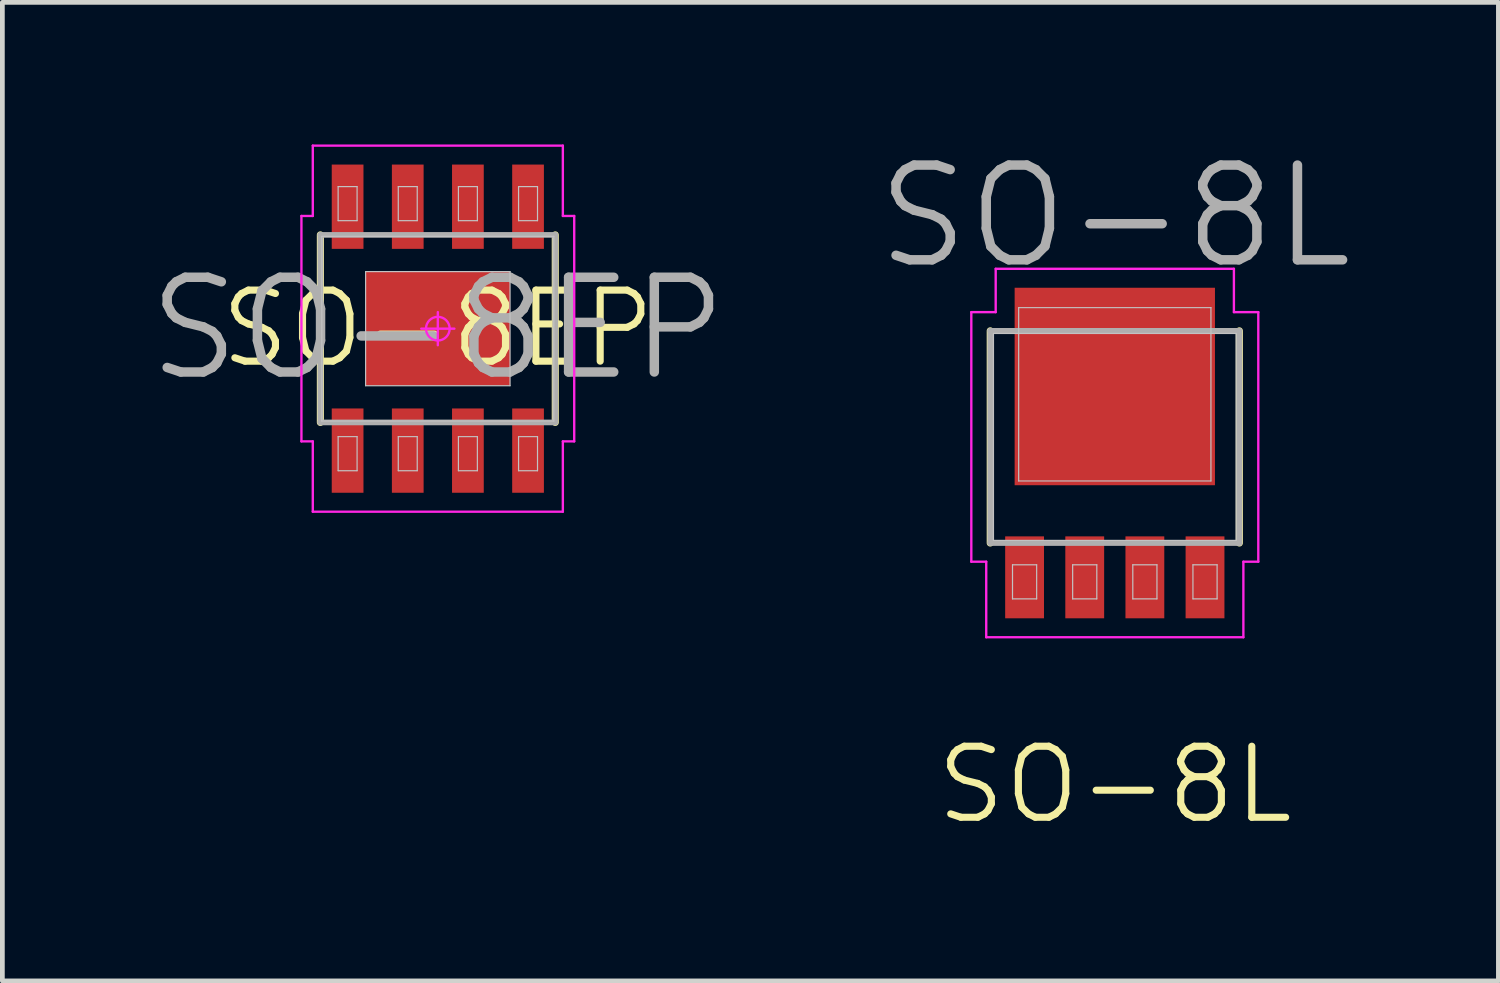
<source format=kicad_pcb>
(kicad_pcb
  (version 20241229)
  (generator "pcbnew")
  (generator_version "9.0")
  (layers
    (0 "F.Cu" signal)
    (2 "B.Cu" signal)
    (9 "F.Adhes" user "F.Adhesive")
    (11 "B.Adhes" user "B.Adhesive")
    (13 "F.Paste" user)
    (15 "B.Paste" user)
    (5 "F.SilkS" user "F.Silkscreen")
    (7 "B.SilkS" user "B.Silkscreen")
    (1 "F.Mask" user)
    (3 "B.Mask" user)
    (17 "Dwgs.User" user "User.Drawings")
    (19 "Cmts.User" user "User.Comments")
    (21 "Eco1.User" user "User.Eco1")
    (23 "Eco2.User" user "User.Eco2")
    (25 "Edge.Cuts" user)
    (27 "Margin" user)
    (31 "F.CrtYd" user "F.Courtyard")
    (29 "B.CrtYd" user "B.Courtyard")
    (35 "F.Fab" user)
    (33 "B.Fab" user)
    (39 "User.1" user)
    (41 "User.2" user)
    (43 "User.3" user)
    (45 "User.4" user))
  (footprint "SO-8L"
    (layer "F.Cu")
    (at 20.49 6.521)
    (property "Reference" "SO-8L" (at 0 7 0) (layer "F.SilkS") (effects (font (size 1.5 1.5) (thickness 0.15))))
    (attr smd)
    (fp_line (start -2.63 1.895) (end -2.63 -2.585) (stroke (width 0.15) (type solid)) (layer "F.SilkS"))
    (fp_line (start 2.63 -2.585) (end 2.63 1.895) (stroke (width 0.15) (type solid)) (layer "F.SilkS"))
    (fp_line (start -2.562 -2.53) (end 2.562 -2.53) (stroke (width 0.025) (type solid)) (layer "Dwgs.User"))
    (fp_line (start -2.562 1.84) (end -2.562 -2.53) (stroke (width 0.025) (type solid)) (layer "Dwgs.User"))
    (fp_line (start -2.16 2.355) (end -1.65 2.355) (stroke (width 0.025) (type solid)) (layer "Dwgs.User"))
    (fp_line (start -2.16 3.075) (end -2.16 2.355) (stroke (width 0.025) (type solid)) (layer "Dwgs.User"))
    (fp_line (start -2.03 -3.075) (end 2.03 -3.075) (stroke (width 0.025) (type solid)) (layer "Dwgs.User"))
    (fp_line (start -2.03 0.585) (end -2.03 -3.075) (stroke (width 0.025) (type solid)) (layer "Dwgs.User"))
    (fp_line (start -1.65 2.355) (end -1.65 3.075) (stroke (width 0.025) (type solid)) (layer "Dwgs.User"))
    (fp_line (start -1.65 3.075) (end -2.16 3.075) (stroke (width 0.025) (type solid)) (layer "Dwgs.User"))
    (fp_line (start -0.89 2.355) (end -0.38 2.355) (stroke (width 0.025) (type solid)) (layer "Dwgs.User"))
    (fp_line (start -0.89 3.075) (end -0.89 2.355) (stroke (width 0.025) (type solid)) (layer "Dwgs.User"))
    (fp_line (start -0.38 2.355) (end -0.38 3.075) (stroke (width 0.025) (type solid)) (layer "Dwgs.User"))
    (fp_line (start -0.38 3.075) (end -0.89 3.075) (stroke (width 0.025) (type solid)) (layer "Dwgs.User"))
    (fp_line (start 0.38 2.355) (end 0.89 2.355) (stroke (width 0.025) (type solid)) (layer "Dwgs.User"))
    (fp_line (start 0.38 3.075) (end 0.38 2.355) (stroke (width 0.025) (type solid)) (layer "Dwgs.User"))
    (fp_line (start 0.89 2.355) (end 0.89 3.075) (stroke (width 0.025) (type solid)) (layer "Dwgs.User"))
    (fp_line (start 0.89 3.075) (end 0.38 3.075) (stroke (width 0.025) (type solid)) (layer "Dwgs.User"))
    (fp_line (start 1.65 2.355) (end 2.16 2.355) (stroke (width 0.025) (type solid)) (layer "Dwgs.User"))
    (fp_line (start 1.65 3.075) (end 1.65 2.355) (stroke (width 0.025) (type solid)) (layer "Dwgs.User"))
    (fp_line (start 2.03 -3.075) (end 2.03 0.585) (stroke (width 0.025) (type solid)) (layer "Dwgs.User"))
    (fp_line (start 2.03 0.585) (end -2.03 0.585) (stroke (width 0.025) (type solid)) (layer "Dwgs.User"))
    (fp_line (start 2.16 2.355) (end 2.16 3.075) (stroke (width 0.025) (type solid)) (layer "Dwgs.User"))
    (fp_line (start 2.16 3.075) (end 1.65 3.075) (stroke (width 0.025) (type solid)) (layer "Dwgs.User"))
    (fp_line (start 2.562 -2.53) (end 2.562 1.84) (stroke (width 0.025) (type solid)) (layer "Dwgs.User"))
    (fp_line (start 2.562 1.84) (end -2.562 1.84) (stroke (width 0.025) (type solid)) (layer "Dwgs.User"))
    (fp_line (start -3.03 -2.98) (end -3.03 2.29) (stroke (width 0.05) (type solid)) (layer "F.CrtYd"))
    (fp_line (start -3.03 2.29) (end -2.715 2.29) (stroke (width 0.05) (type solid)) (layer "F.CrtYd"))
    (fp_line (start -2.715 2.29) (end -2.715 3.885) (stroke (width 0.05) (type solid)) (layer "F.CrtYd"))
    (fp_line (start -2.715 3.885) (end 2.715 3.885) (stroke (width 0.05) (type solid)) (layer "F.CrtYd"))
    (fp_line (start -2.515 -3.895) (end -2.515 -2.98) (stroke (width 0.05) (type solid)) (layer "F.CrtYd"))
    (fp_line (start -2.515 -2.98) (end -3.03 -2.98) (stroke (width 0.05) (type solid)) (layer "F.CrtYd"))
    (fp_line (start 2.515 -3.895) (end -2.515 -3.895) (stroke (width 0.05) (type solid)) (layer "F.CrtYd"))
    (fp_line (start 2.515 -2.98) (end 2.515 -3.895) (stroke (width 0.05) (type solid)) (layer "F.CrtYd"))
    (fp_line (start 2.715 2.29) (end 3.03 2.29) (stroke (width 0.05) (type solid)) (layer "F.CrtYd"))
    (fp_line (start 2.715 3.885) (end 2.715 2.29) (stroke (width 0.05) (type solid)) (layer "F.CrtYd"))
    (fp_line (start 3.03 -2.98) (end 2.515 -2.98) (stroke (width 0.05) (type solid)) (layer "F.CrtYd"))
    (fp_line (start 3.03 2.29) (end 3.03 -2.98) (stroke (width 0.05) (type solid)) (layer "F.CrtYd"))
    (fp_line (start -2.63 -2.585) (end 2.63 -2.585) (stroke (width 0.12) (type solid)) (layer "F.Fab"))
    (fp_line (start -2.63 1.895) (end -2.63 -2.585) (stroke (width 0.12) (type solid)) (layer "F.Fab"))
    (fp_line (start 2.63 -2.585) (end 2.63 1.895) (stroke (width 0.12) (type solid)) (layer "F.Fab"))
    (fp_line (start 2.63 1.895) (end -2.63 1.895) (stroke (width 0.12) (type solid)) (layer "F.Fab"))
    (fp_text user "${REFERENCE}" (at 0 -5 0) (layer "F.Fab") (effects (font (size 2 2) (thickness 0.2))))
    (pad "" smd roundrect (at -1.06 -2.455 90) (size 1.47 1.5) (layers "F.Paste") (roundrect_rratio 0.25))
    (pad "" smd roundrect (at -1.06 -0.365 90) (size 1.47 1.5) (layers "F.Paste") (roundrect_rratio 0.25))
    (pad "" smd roundrect (at 1.06 -2.455 90) (size 1.47 1.5) (layers "F.Paste") (roundrect_rratio 0.25))
    (pad "" smd roundrect (at 1.06 -0.365 90) (size 1.47 1.5) (layers "F.Paste") (roundrect_rratio 0.25))
    (pad "1" smd rect (at 0 -1.41 90) (size 4.17 4.23) (layers "F.Cu" "F.Mask"))
    (pad "2" smd rect (at -1.905 2.62 90) (size 1.73 0.82) (layers "F.Cu" "F.Mask" "F.Paste"))
    (pad "2" smd rect (at -0.635 2.62 90) (size 1.73 0.82) (layers "F.Cu" "F.Mask" "F.Paste"))
    (pad "2" smd rect (at 0.635 2.62 90) (size 1.73 0.82) (layers "F.Cu" "F.Mask" "F.Paste"))
    (pad "3" smd rect (at 1.905 2.62 90) (size 1.73 0.82) (layers "F.Cu" "F.Mask" "F.Paste")))
  (footprint "SO-8EP"
    (layer "F.Cu")
    (at 6.195 3.89)
    (property "Reference" "SO-8EP" (at 0 0 0) (layer "F.SilkS") (effects (font (size 1.5 1.5) (thickness 0.15))))
    (attr smd)
    (fp_line (start -2.48 1.98) (end -2.48 -1.98) (stroke (width 0.15) (type solid)) (layer "F.SilkS"))
    (fp_line (start 2.48 1.98) (end 2.48 -1.98) (stroke (width 0.15) (type solid)) (layer "F.SilkS"))
    (fp_line (start -2.45 -1.95) (end 2.45 -1.95) (stroke (width 0.025) (type solid)) (layer "Dwgs.User"))
    (fp_line (start -2.45 1.95) (end -2.45 -1.95) (stroke (width 0.025) (type solid)) (layer "Dwgs.User"))
    (fp_line (start -2.105 -3) (end -1.705 -3) (stroke (width 0.025) (type solid)) (layer "Dwgs.User"))
    (fp_line (start -2.105 -2.28) (end -2.105 -3) (stroke (width 0.025) (type solid)) (layer "Dwgs.User"))
    (fp_line (start -2.105 2.28) (end -1.705 2.28) (stroke (width 0.025) (type solid)) (layer "Dwgs.User"))
    (fp_line (start -2.105 3) (end -2.105 2.28) (stroke (width 0.025) (type solid)) (layer "Dwgs.User"))
    (fp_line (start -1.705 -3) (end -1.705 -2.28) (stroke (width 0.025) (type solid)) (layer "Dwgs.User"))
    (fp_line (start -1.705 -2.28) (end -2.105 -2.28) (stroke (width 0.025) (type solid)) (layer "Dwgs.User"))
    (fp_line (start -1.705 2.28) (end -1.705 3) (stroke (width 0.025) (type solid)) (layer "Dwgs.User"))
    (fp_line (start -1.705 3) (end -2.105 3) (stroke (width 0.025) (type solid)) (layer "Dwgs.User"))
    (fp_line (start -1.525 -1.205) (end 1.525 -1.205) (stroke (width 0.025) (type solid)) (layer "Dwgs.User"))
    (fp_line (start -1.525 1.205) (end -1.525 -1.205) (stroke (width 0.025) (type solid)) (layer "Dwgs.User"))
    (fp_line (start -0.835 -3) (end -0.435 -3) (stroke (width 0.025) (type solid)) (layer "Dwgs.User"))
    (fp_line (start -0.835 -2.28) (end -0.835 -3) (stroke (width 0.025) (type solid)) (layer "Dwgs.User"))
    (fp_line (start -0.835 2.28) (end -0.435 2.28) (stroke (width 0.025) (type solid)) (layer "Dwgs.User"))
    (fp_line (start -0.835 3) (end -0.835 2.28) (stroke (width 0.025) (type solid)) (layer "Dwgs.User"))
    (fp_line (start -0.435 -3) (end -0.435 -2.28) (stroke (width 0.025) (type solid)) (layer "Dwgs.User"))
    (fp_line (start -0.435 -2.28) (end -0.835 -2.28) (stroke (width 0.025) (type solid)) (layer "Dwgs.User"))
    (fp_line (start -0.435 2.28) (end -0.435 3) (stroke (width 0.025) (type solid)) (layer "Dwgs.User"))
    (fp_line (start -0.435 3) (end -0.835 3) (stroke (width 0.025) (type solid)) (layer "Dwgs.User"))
    (fp_line (start 0.435 -3) (end 0.835 -3) (stroke (width 0.025) (type solid)) (layer "Dwgs.User"))
    (fp_line (start 0.435 -2.28) (end 0.435 -3) (stroke (width 0.025) (type solid)) (layer "Dwgs.User"))
    (fp_line (start 0.435 2.28) (end 0.835 2.28) (stroke (width 0.025) (type solid)) (layer "Dwgs.User"))
    (fp_line (start 0.435 3) (end 0.435 2.28) (stroke (width 0.025) (type solid)) (layer "Dwgs.User"))
    (fp_line (start 0.835 -3) (end 0.835 -2.28) (stroke (width 0.025) (type solid)) (layer "Dwgs.User"))
    (fp_line (start 0.835 -2.28) (end 0.435 -2.28) (stroke (width 0.025) (type solid)) (layer "Dwgs.User"))
    (fp_line (start 0.835 2.28) (end 0.835 3) (stroke (width 0.025) (type solid)) (layer "Dwgs.User"))
    (fp_line (start 0.835 3) (end 0.435 3) (stroke (width 0.025) (type solid)) (layer "Dwgs.User"))
    (fp_line (start 1.525 -1.205) (end 1.525 1.205) (stroke (width 0.025) (type solid)) (layer "Dwgs.User"))
    (fp_line (start 1.525 1.205) (end -1.525 1.205) (stroke (width 0.025) (type solid)) (layer "Dwgs.User"))
    (fp_line (start 1.705 -3) (end 2.105 -3) (stroke (width 0.025) (type solid)) (layer "Dwgs.User"))
    (fp_line (start 1.705 -2.28) (end 1.705 -3) (stroke (width 0.025) (type solid)) (layer "Dwgs.User"))
    (fp_line (start 1.705 2.28) (end 2.105 2.28) (stroke (width 0.025) (type solid)) (layer "Dwgs.User"))
    (fp_line (start 1.705 3) (end 1.705 2.28) (stroke (width 0.025) (type solid)) (layer "Dwgs.User"))
    (fp_line (start 2.105 -3) (end 2.105 -2.28) (stroke (width 0.025) (type solid)) (layer "Dwgs.User"))
    (fp_line (start 2.105 -2.28) (end 1.705 -2.28) (stroke (width 0.025) (type solid)) (layer "Dwgs.User"))
    (fp_line (start 2.105 2.28) (end 2.105 3) (stroke (width 0.025) (type solid)) (layer "Dwgs.User"))
    (fp_line (start 2.105 3) (end 1.705 3) (stroke (width 0.025) (type solid)) (layer "Dwgs.User"))
    (fp_line (start 2.45 -1.95) (end 2.45 1.95) (stroke (width 0.025) (type solid)) (layer "Dwgs.User"))
    (fp_line (start 2.45 1.95) (end -2.45 1.95) (stroke (width 0.025) (type solid)) (layer "Dwgs.User"))
    (fp_line (start -2.88 -2.38) (end -2.88 2.38) (stroke (width 0.05) (type solid)) (layer "F.CrtYd"))
    (fp_line (start -2.88 2.38) (end -2.64 2.38) (stroke (width 0.05) (type solid)) (layer "F.CrtYd"))
    (fp_line (start -2.64 -3.865) (end -2.64 -2.38) (stroke (width 0.05) (type solid)) (layer "F.CrtYd"))
    (fp_line (start -2.64 -2.38) (end -2.88 -2.38) (stroke (width 0.05) (type solid)) (layer "F.CrtYd"))
    (fp_line (start -2.64 2.38) (end -2.64 3.865) (stroke (width 0.05) (type solid)) (layer "F.CrtYd"))
    (fp_line (start -2.64 3.865) (end 2.64 3.865) (stroke (width 0.05) (type solid)) (layer "F.CrtYd"))
    (fp_line (start -0.35 0) (end 0.35 0) (stroke (width 0.05) (type solid)) (layer "F.CrtYd"))
    (fp_line (start 0 -0.35) (end 0 0.35) (stroke (width 0.05) (type solid)) (layer "F.CrtYd"))
    (fp_line (start 2.64 -3.865) (end -2.64 -3.865) (stroke (width 0.05) (type solid)) (layer "F.CrtYd"))
    (fp_line (start 2.64 -2.38) (end 2.64 -3.865) (stroke (width 0.05) (type solid)) (layer "F.CrtYd"))
    (fp_line (start 2.64 2.38) (end 2.88 2.38) (stroke (width 0.05) (type solid)) (layer "F.CrtYd"))
    (fp_line (start 2.64 3.865) (end 2.64 2.38) (stroke (width 0.05) (type solid)) (layer "F.CrtYd"))
    (fp_line (start 2.88 -2.38) (end 2.64 -2.38) (stroke (width 0.05) (type solid)) (layer "F.CrtYd"))
    (fp_line (start 2.88 2.38) (end 2.88 -2.38) (stroke (width 0.05) (type solid)) (layer "F.CrtYd"))
    (fp_circle (center 0 0) (end 0 0.25) (stroke (width 0.05) (type solid)) (fill no) (layer "F.CrtYd"))
    (fp_line (start -2.48 -1.98) (end 2.48 -1.98) (stroke (width 0.12) (type solid)) (layer "F.Fab"))
    (fp_line (start -2.48 1.98) (end -2.48 -1.98) (stroke (width 0.12) (type solid)) (layer "F.Fab"))
    (fp_line (start 2.48 -1.98) (end 2.48 1.98) (stroke (width 0.12) (type solid)) (layer "F.Fab"))
    (fp_line (start 2.48 1.98) (end -2.48 1.98) (stroke (width 0.12) (type solid)) (layer "F.Fab"))
    (fp_text user "${REFERENCE}" (at 0 0 0) (layer "F.Fab") (effects (font (size 2 2) (thickness 0.2))))
    (pad "" smd roundrect (at -0.76 -0.6 90) (size 0.81 1.13) (layers "F.Paste") (roundrect_rratio 0.25))
    (pad "" smd roundrect (at -0.76 0.6 90) (size 0.81 1.13) (layers "F.Paste") (roundrect_rratio 0.25))
    (pad "" smd roundrect (at 0.76 -0.6 90) (size 0.81 1.13) (layers "F.Paste") (roundrect_rratio 0.25))
    (pad "" smd roundrect (at 0.76 0.6 90) (size 0.81 1.13) (layers "F.Paste") (roundrect_rratio 0.25))
    (pad "1" smd rect (at -1.905 2.575 90) (size 1.78 0.67) (layers "F.Cu" "F.Mask" "F.Paste"))
    (pad "2" smd rect (at -0.635 2.575 90) (size 1.78 0.67) (layers "F.Cu" "F.Mask" "F.Paste"))
    (pad "3" smd rect (at 0.635 2.575 90) (size 1.78 0.67) (layers "F.Cu" "F.Mask" "F.Paste"))
    (pad "4" smd rect (at 1.905 2.575 90) (size 1.78 0.67) (layers "F.Cu" "F.Mask" "F.Paste"))
    (pad "5" smd rect (at 1.905 -2.575 90) (size 1.78 0.67) (layers "F.Cu" "F.Mask" "F.Paste"))
    (pad "6" smd rect (at 0.635 -2.575 90) (size 1.78 0.67) (layers "F.Cu" "F.Mask" "F.Paste"))
    (pad "7" smd rect (at -0.635 -2.575 90) (size 1.78 0.67) (layers "F.Cu" "F.Mask" "F.Paste"))
    (pad "8" smd rect (at -1.905 -2.575 90) (size 1.78 0.67) (layers "F.Cu" "F.Mask" "F.Paste"))
    (pad "9" smd rect (at 0 0 90) (size 2.41 3.05) (layers "F.Cu" "F.Mask")))
  (gr_rect
    (start -3 -3)
    (end 28.59 17.662)
    (stroke (width 0.1) (type default))
    (fill no)
    (layer "Edge.Cuts")))
</source>
